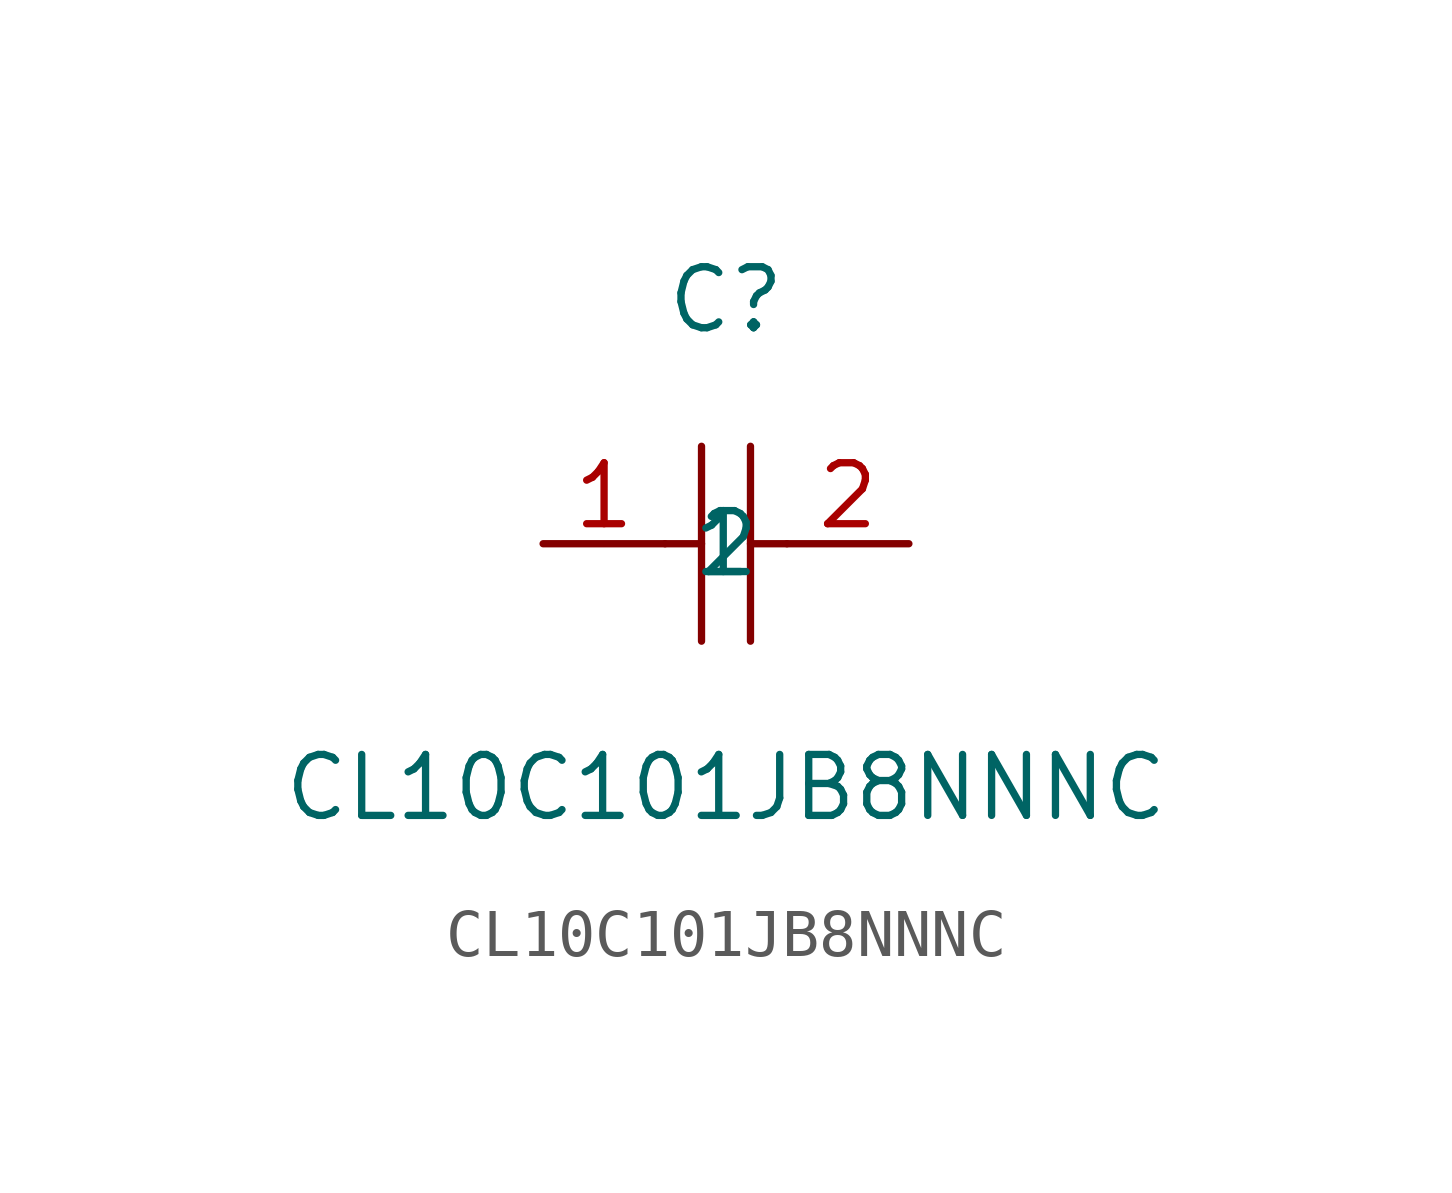
<source format=kicad_sym>
(kicad_symbol_lib
  (version 1)
  (generator "faebryk")
  (symbol "CL10C101JB8NNNC"
    (property "Reference" "C"
      (at 0 5.08 0)
      (effects (font (size 1.27 1.27)) (hide no)))
    (property "Value" "CL10C101JB8NNNC"
      (at 0 -5.08 0)
      (effects (font (size 1.27 1.27)) (hide no)))
    (symbol "CL10C101JB8NNNC_0_1"
      (polyline (stroke (width 0) (type default) (color 0 0 0 0)) (fill (type none)) (pts (xy -0.51 2.03) (xy -0.51 -2.03)))
      (polyline (stroke (width 0) (type default) (color 0 0 0 0)) (fill (type none)) (pts (xy 0.51 2.03) (xy 0.51 -2.03)))
      (polyline (stroke (width 0) (type default) (color 0 0 0 0)) (fill (type none)) (pts (xy -1.27 0) (xy -0.51 0)))
      (polyline (stroke (width 0) (type default) (color 0 0 0 0)) (fill (type none)) (pts (xy 0.51 0) (xy 1.27 0)))
      (pin input line (at -3.81 0 0) (length 2.54) (name "1" (effects (font (size 1.27 1.27)) (hide no))) (number "1" (effects (font (size 1.27 1.27)) (hide no))))
      (pin input line (at 3.81 0 180) (length 2.54) (name "2" (effects (font (size 1.27 1.27)) (hide no))) (number "2" (effects (font (size 1.27 1.27)) (hide no)))))))
</source>
